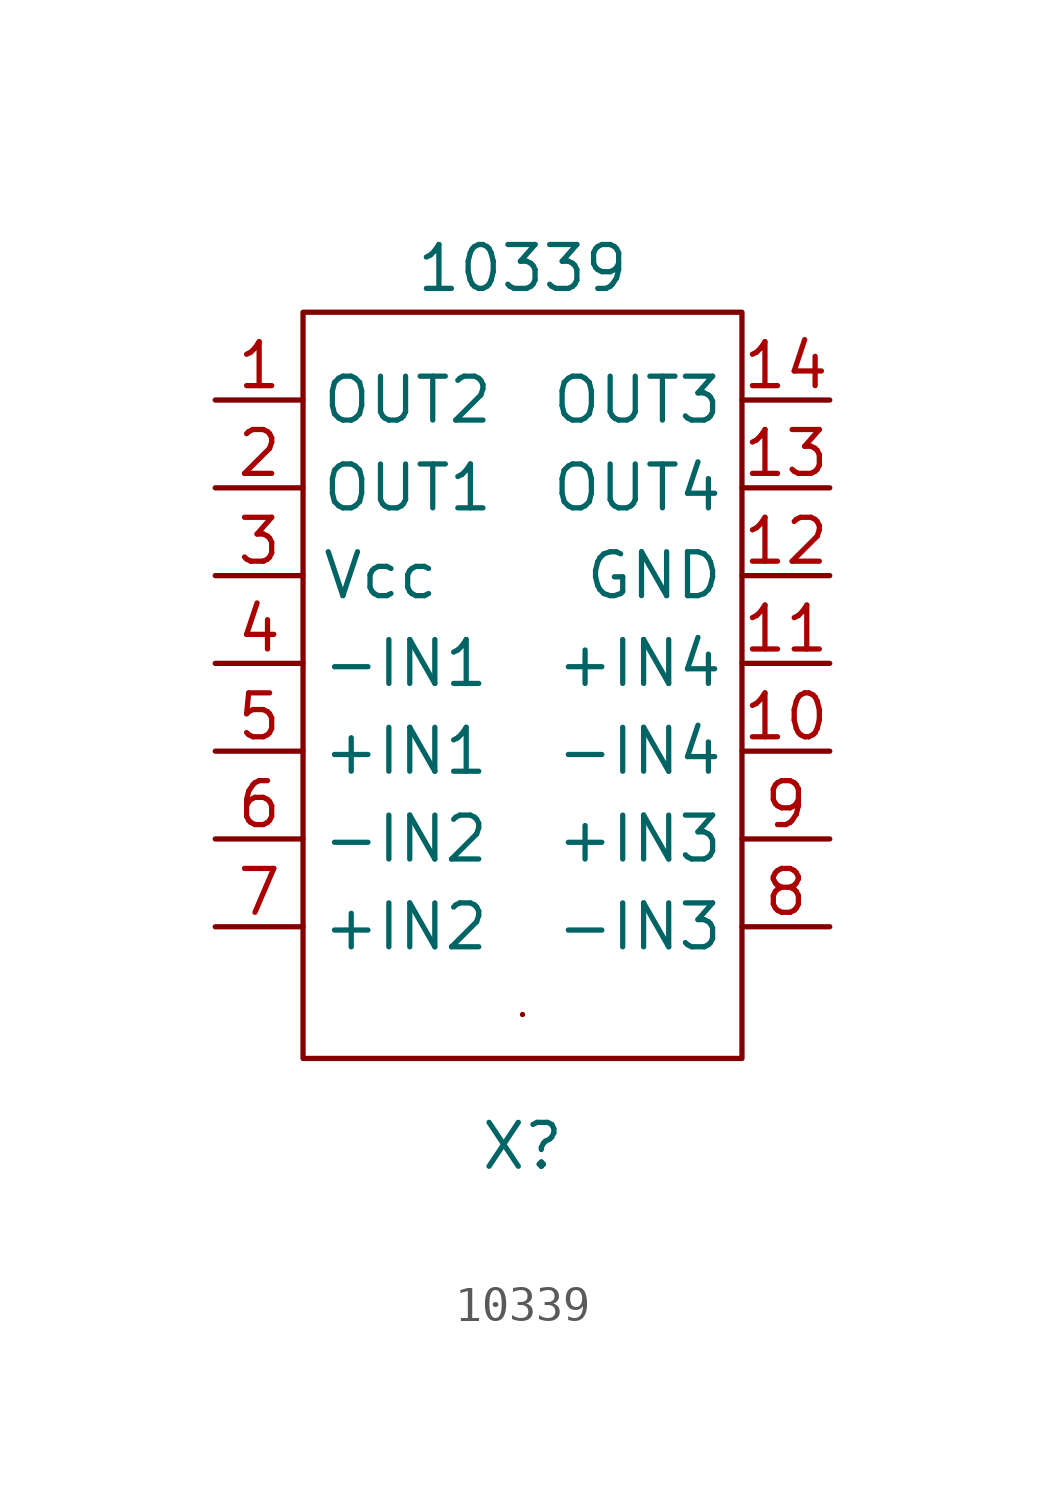
<source format=kicad_sym>
(kicad_symbol_lib
  (version 20211014)
  (generator kicad_symbol_editor)
  (symbol "10339"
    (property "Reference" "X"
      (at 0 -13.97 0)
      (effects (font (size 1.27 1.27))))
    (property "Value" "10339"
      (at 0 11.43 0)
      (effects (font (size 1.27 1.27))))
    (symbol "10339_0_1"
      (rectangle (start -6.35 10.16) (end 6.35 -11.43) (stroke (width 0) (type default) (color 0 0 0 0)) (fill (type none)))
      (rectangle (start 0 -10.16) (end 0 -10.16) (stroke (width 0) (type default) (color 0 0 0 0)) (fill (type none))))
    (symbol "10339_1_1"
      (pin output line (at -8.89 7.62 0) (length 2.54) (name "OUT2" (effects (font (size 1.27 1.27)))) (number "1" (effects (font (size 1.27 1.27)))))
      (pin input line (at 8.89 -2.54 180) (length 2.54) (name "-IN4" (effects (font (size 1.27 1.27)))) (number "10" (effects (font (size 1.27 1.27)))))
      (pin input line (at 8.89 0 180) (length 2.54) (name "+IN4" (effects (font (size 1.27 1.27)))) (number "11" (effects (font (size 1.27 1.27)))))
      (pin input line (at 8.89 2.54 180) (length 2.54) (name "GND" (effects (font (size 1.27 1.27)))) (number "12" (effects (font (size 1.27 1.27)))))
      (pin output line (at 8.89 5.08 180) (length 2.54) (name "OUT4" (effects (font (size 1.27 1.27)))) (number "13" (effects (font (size 1.27 1.27)))))
      (pin output line (at 8.89 7.62 180) (length 2.54) (name "OUT3" (effects (font (size 1.27 1.27)))) (number "14" (effects (font (size 1.27 1.27)))))
      (pin output line (at -8.89 5.08 0) (length 2.54) (name "OUT1" (effects (font (size 1.27 1.27)))) (number "2" (effects (font (size 1.27 1.27)))))
      (pin input line (at -8.89 2.54 0) (length 2.54) (name "Vcc" (effects (font (size 1.27 1.27)))) (number "3" (effects (font (size 1.27 1.27)))))
      (pin input line (at -8.89 0 0) (length 2.54) (name "-IN1" (effects (font (size 1.27 1.27)))) (number "4" (effects (font (size 1.27 1.27)))))
      (pin input line (at -8.89 -2.54 0) (length 2.54) (name "+IN1" (effects (font (size 1.27 1.27)))) (number "5" (effects (font (size 1.27 1.27)))))
      (pin input line (at -8.89 -5.08 0) (length 2.54) (name "-IN2" (effects (font (size 1.27 1.27)))) (number "6" (effects (font (size 1.27 1.27)))))
      (pin input line (at -8.89 -7.62 0) (length 2.54) (name "+IN2" (effects (font (size 1.27 1.27)))) (number "7" (effects (font (size 1.27 1.27)))))
      (pin input line (at 8.89 -7.62 180) (length 2.54) (name "-IN3" (effects (font (size 1.27 1.27)))) (number "8" (effects (font (size 1.27 1.27)))))
      (pin input line (at 8.89 -5.08 180) (length 2.54) (name "+IN3" (effects (font (size 1.27 1.27)))) (number "9" (effects (font (size 1.27 1.27))))))))
</source>
